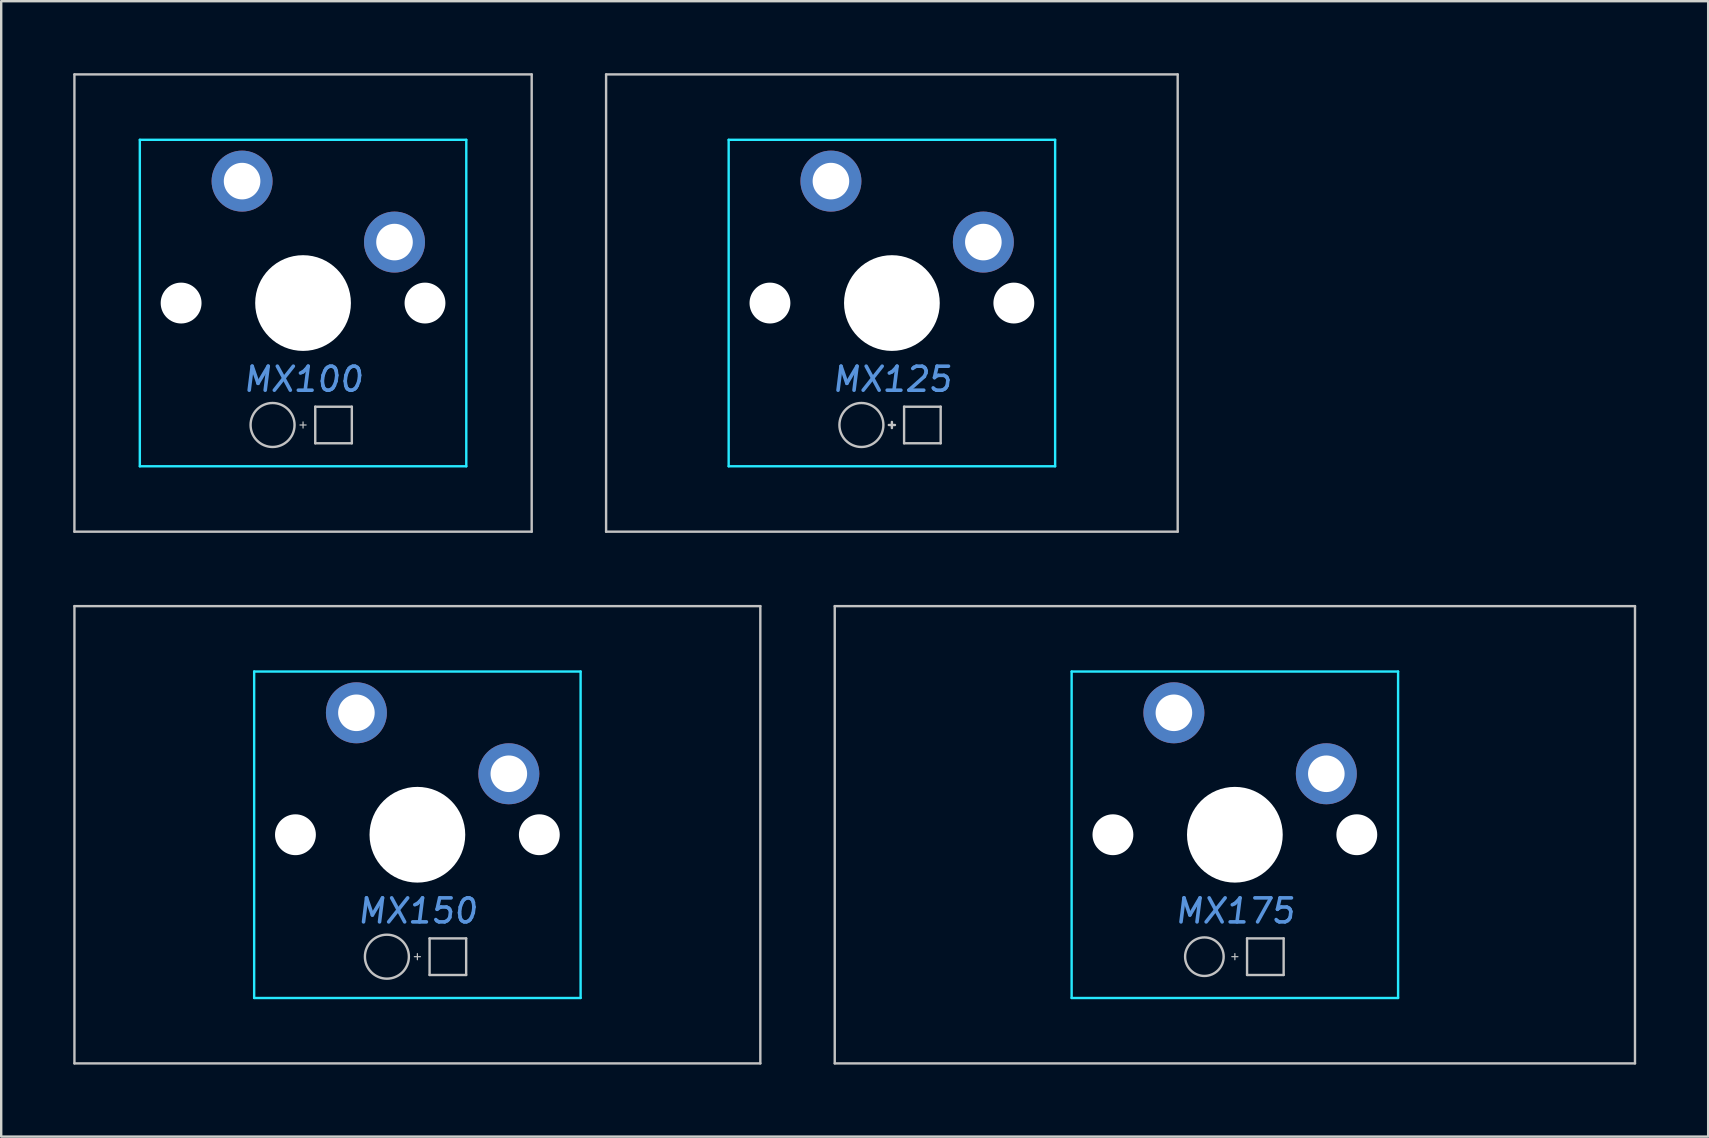
<source format=kicad_pcb>
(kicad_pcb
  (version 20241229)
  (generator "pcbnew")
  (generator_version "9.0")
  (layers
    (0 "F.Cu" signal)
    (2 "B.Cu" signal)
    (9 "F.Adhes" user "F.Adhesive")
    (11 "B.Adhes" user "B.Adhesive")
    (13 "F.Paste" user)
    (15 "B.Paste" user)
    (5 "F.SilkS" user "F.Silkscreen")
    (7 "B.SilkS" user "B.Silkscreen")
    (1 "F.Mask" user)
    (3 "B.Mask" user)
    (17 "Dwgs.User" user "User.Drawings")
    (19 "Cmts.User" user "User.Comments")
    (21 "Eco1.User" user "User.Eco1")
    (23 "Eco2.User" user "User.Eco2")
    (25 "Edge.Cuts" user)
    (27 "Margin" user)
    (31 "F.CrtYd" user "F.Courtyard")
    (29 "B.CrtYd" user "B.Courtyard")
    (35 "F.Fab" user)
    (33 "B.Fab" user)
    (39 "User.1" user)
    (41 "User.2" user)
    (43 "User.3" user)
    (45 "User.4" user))
  (footprint "MX175"
    (layer "F.Cu")
    (at 48.394 31.725)
    (property "Reference" "MX175" (at 0 3.175 0) (layer "Cmts.User") (effects (font (size 1 1) (thickness 0.15) (italic yes))))
    (attr through_hole)
    (fp_circle (center -2.54 -5.08) (end -2.032 -5.08) (stroke (width 0.12) (type solid)) (fill no) (layer "F.Mask"))
    (fp_line (start -16.669 -9.525) (end -16.669 9.525) (stroke (width 0.1) (type solid)) (layer "Dwgs.User"))
    (fp_line (start -16.669 -9.525) (end 16.669 -9.525) (stroke (width 0.1) (type solid)) (layer "Dwgs.User"))
    (fp_line (start -16.669 9.525) (end 16.669 9.525) (stroke (width 0.1) (type solid)) (layer "Dwgs.User"))
    (fp_line (start -0.127 5.08) (end 0.127 5.08) (stroke (width 0.05) (type solid)) (layer "Dwgs.User"))
    (fp_line (start 0 4.953) (end 0 5.207) (stroke (width 0.05) (type solid)) (layer "Dwgs.User"))
    (fp_line (start 0.508 4.318) (end 0.508 5.842) (stroke (width 0.1) (type solid)) (layer "Dwgs.User"))
    (fp_line (start 0.508 4.318) (end 2.032 4.318) (stroke (width 0.1) (type solid)) (layer "Dwgs.User"))
    (fp_line (start 0.508 5.842) (end 2.032 5.842) (stroke (width 0.1) (type solid)) (layer "Dwgs.User"))
    (fp_line (start 2.032 5.842) (end 2.032 4.318) (stroke (width 0.1) (type solid)) (layer "Dwgs.User"))
    (fp_line (start 16.669 -9.525) (end 16.669 9.525) (stroke (width 0.1) (type solid)) (layer "Dwgs.User"))
    (fp_circle (center -1.27 5.08) (end -0.467 5.08) (stroke (width 0.1) (type solid)) (fill no) (layer "Dwgs.User"))
    (fp_line (start -6.8 -6.8) (end 6.8 -6.8) (stroke (width 0.1) (type solid)) (layer "B.CrtYd"))
    (fp_line (start -6.8 6.8) (end -6.8 -6.8) (stroke (width 0.1) (type solid)) (layer "B.CrtYd"))
    (fp_line (start -6.8 6.8) (end 6.8 6.8) (stroke (width 0.1) (type solid)) (layer "B.CrtYd"))
    (fp_line (start 6.8 6.8) (end 6.8 -6.8) (stroke (width 0.1) (type solid)) (layer "B.CrtYd"))
    (pad "" np_thru_hole circle (at -5.08 0) (size 1.702 1.702) (drill 1.702) (layers "*.Cu" "*.Mask"))
    (pad "" connect circle (at -2.54 -5.08) (size 1.524 1.524) (layers "B.Mask"))
    (pad "" np_thru_hole circle (at 0 0) (size 3.988 3.988) (drill 3.988) (layers "*.Cu" "*.Mask"))
    (pad "" connect circle (at 3.81 -2.54) (size 1.524 1.524) (layers "B.Mask"))
    (pad "" np_thru_hole circle (at 5.08 0) (size 1.702 1.702) (drill 1.702) (layers "*.Cu" "*.Mask"))
    (pad "1" thru_hole circle (at -2.54 -5.08) (size 2.54 2.54) (drill 1.524) (layers "*.Cu" "F.Mask"))
    (pad "2" thru_hole circle (at 3.81 -2.54) (size 2.54 2.54) (drill 1.524) (layers "*.Cu" "F.Mask")))
  (footprint "MX150"
    (layer "F.Cu")
    (at 14.338 31.725)
    (property "Reference" "MX150" (at 0 3.175 0) (layer "Cmts.User") (effects (font (size 1 1) (thickness 0.15) (italic yes))))
    (attr through_hole)
    (fp_line (start -14.287 -9.525) (end -14.287 9.525) (stroke (width 0.1) (type solid)) (layer "Dwgs.User"))
    (fp_line (start -14.287 -9.525) (end 14.287 -9.525) (stroke (width 0.1) (type solid)) (layer "Dwgs.User"))
    (fp_line (start -14.287 9.525) (end 14.287 9.525) (stroke (width 0.1) (type solid)) (layer "Dwgs.User"))
    (fp_line (start 0 5.207) (end 0 4.953) (stroke (width 0.05) (type solid)) (layer "Dwgs.User"))
    (fp_line (start 0.127 5.08) (end -0.127 5.08) (stroke (width 0.05) (type solid)) (layer "Dwgs.User"))
    (fp_line (start 0.508 4.318) (end 2.032 4.318) (stroke (width 0.1) (type solid)) (layer "Dwgs.User"))
    (fp_line (start 0.508 5.842) (end 0.508 4.318) (stroke (width 0.1) (type solid)) (layer "Dwgs.User"))
    (fp_line (start 0.508 5.842) (end 2.032 5.842) (stroke (width 0.1) (type solid)) (layer "Dwgs.User"))
    (fp_line (start 2.032 5.842) (end 2.032 4.318) (stroke (width 0.1) (type solid)) (layer "Dwgs.User"))
    (fp_line (start 14.287 -9.525) (end 14.287 9.525) (stroke (width 0.1) (type solid)) (layer "Dwgs.User"))
    (fp_circle (center -1.27 5.08) (end -0.354 5.08) (stroke (width 0.1) (type solid)) (fill no) (layer "Dwgs.User"))
    (fp_line (start -6.8 -6.8) (end 6.8 -6.8) (stroke (width 0.1) (type solid)) (layer "B.CrtYd"))
    (fp_line (start -6.8 6.8) (end -6.8 -6.8) (stroke (width 0.1) (type solid)) (layer "B.CrtYd"))
    (fp_line (start -6.8 6.8) (end 6.8 6.8) (stroke (width 0.1) (type solid)) (layer "B.CrtYd"))
    (fp_line (start 6.8 6.8) (end 6.8 -6.8) (stroke (width 0.1) (type solid)) (layer "B.CrtYd"))
    (pad "" np_thru_hole circle (at -5.08 0) (size 1.702 1.702) (drill 1.702) (layers "*.Cu" "*.Mask"))
    (pad "" connect circle (at -2.54 -5.08) (size 1.524 1.524) (layers "B.Mask"))
    (pad "" np_thru_hole circle (at 0 0) (size 3.988 3.988) (drill 3.988) (layers "*.Cu" "*.Mask"))
    (pad "" connect circle (at 3.81 -2.54) (size 1.524 1.524) (layers "B.Mask"))
    (pad "" np_thru_hole circle (at 5.08 0) (size 1.702 1.702) (drill 1.702) (layers "*.Cu" "*.Mask"))
    (pad "1" thru_hole circle (at -2.54 -5.08) (size 2.54 2.54) (drill 1.524) (layers "*.Cu" "F.Mask"))
    (pad "2" thru_hole circle (at 3.81 -2.54) (size 2.54 2.54) (drill 1.524) (layers "*.Cu" "F.Mask")))
  (footprint "MX100"
    (layer "F.Cu")
    (at 9.575 9.575)
    (property "Reference" "MX100" (at 0 3.175 0) (layer "Cmts.User") (effects (font (size 1 1) (thickness 0.15) (italic yes))))
    (attr through_hole)
    (fp_circle (center 3.81 -2.54) (end 4.318 -2.54) (stroke (width 0.12) (type solid)) (fill no) (layer "F.Mask"))
    (fp_line (start -9.525 -9.525) (end 9.525 -9.525) (stroke (width 0.1) (type solid)) (layer "Dwgs.User"))
    (fp_line (start -9.525 9.525) (end -9.525 -9.525) (stroke (width 0.1) (type solid)) (layer "Dwgs.User"))
    (fp_line (start -0.127 5.08) (end 0.127 5.08) (stroke (width 0.05) (type solid)) (layer "Dwgs.User"))
    (fp_line (start 0 4.953) (end 0 5.207) (stroke (width 0.05) (type solid)) (layer "Dwgs.User"))
    (fp_line (start 0.508 4.318) (end 0.508 5.842) (stroke (width 0.1) (type solid)) (layer "Dwgs.User"))
    (fp_line (start 0.508 4.318) (end 2.032 4.318) (stroke (width 0.1) (type solid)) (layer "Dwgs.User"))
    (fp_line (start 2.032 5.842) (end 0.508 5.842) (stroke (width 0.1) (type solid)) (layer "Dwgs.User"))
    (fp_line (start 2.032 5.842) (end 2.032 4.318) (stroke (width 0.1) (type solid)) (layer "Dwgs.User"))
    (fp_line (start 9.525 -9.525) (end 9.525 9.525) (stroke (width 0.1) (type solid)) (layer "Dwgs.User"))
    (fp_line (start 9.525 9.525) (end -9.525 9.525) (stroke (width 0.1) (type solid)) (layer "Dwgs.User"))
    (fp_circle (center -1.27 5.08) (end -0.354 5.08) (stroke (width 0.1) (type solid)) (fill no) (layer "Dwgs.User"))
    (fp_line (start -6.8 -6.8) (end -6.8 6.8) (stroke (width 0.1) (type solid)) (layer "B.CrtYd"))
    (fp_line (start -6.8 -6.8) (end 6.8 -6.8) (stroke (width 0.1) (type solid)) (layer "B.CrtYd"))
    (fp_line (start -6.8 6.8) (end 6.8 6.8) (stroke (width 0.1) (type solid)) (layer "B.CrtYd"))
    (fp_line (start 6.8 -6.8) (end 6.8 6.8) (stroke (width 0.1) (type solid)) (layer "B.CrtYd"))
    (pad "" np_thru_hole circle (at -5.08 0) (size 1.702 1.702) (drill 1.702) (layers "*.Cu" "*.Mask"))
    (pad "" connect circle (at -2.54 -5.08) (size 1.524 1.524) (layers "B.Mask"))
    (pad "" np_thru_hole circle (at 0 0) (size 3.988 3.988) (drill 3.988) (layers "*.Cu" "*.Mask"))
    (pad "" connect circle (at 3.81 -2.54) (size 1.524 1.524) (layers "B.Mask"))
    (pad "" np_thru_hole circle (at 5.08 0) (size 1.702 1.702) (drill 1.702) (layers "*.Cu" "*.Mask"))
    (pad "1" thru_hole circle (at -2.54 -5.08) (size 2.54 2.54) (drill 1.524) (layers "*.Cu" "F.Mask"))
    (pad "2" thru_hole circle (at 3.81 -2.54 90) (size 2.54 2.54) (drill 1.524) (layers "*.Cu" "F.Mask")))
  (footprint "MX125"
    (layer "F.Cu")
    (at 34.106 9.575)
    (property "Reference" "MX125" (at 0 3.175 0) (layer "Cmts.User") (effects (font (size 1 1) (thickness 0.15) (italic yes))))
    (attr through_hole)
    (fp_line (start -11.906 -9.525) (end -11.906 9.525) (stroke (width 0.1) (type solid)) (layer "Dwgs.User"))
    (fp_line (start -11.906 -9.525) (end 11.906 -9.525) (stroke (width 0.1) (type solid)) (layer "Dwgs.User"))
    (fp_line (start -11.906 9.525) (end 11.906 9.525) (stroke (width 0.1) (type solid)) (layer "Dwgs.User"))
    (fp_line (start -0.127 5.08) (end 0.127 5.08) (stroke (width 0.1) (type solid)) (layer "Dwgs.User"))
    (fp_line (start 0 4.953) (end 0 5.207) (stroke (width 0.1) (type solid)) (layer "Dwgs.User"))
    (fp_line (start 0.508 4.318) (end 2.032 4.318) (stroke (width 0.1) (type solid)) (layer "Dwgs.User"))
    (fp_line (start 0.508 5.842) (end 0.508 4.318) (stroke (width 0.1) (type solid)) (layer "Dwgs.User"))
    (fp_line (start 2.032 4.318) (end 2.032 5.842) (stroke (width 0.1) (type solid)) (layer "Dwgs.User"))
    (fp_line (start 2.032 5.842) (end 0.508 5.842) (stroke (width 0.1) (type solid)) (layer "Dwgs.User"))
    (fp_line (start 11.906 -9.525) (end 11.906 9.525) (stroke (width 0.1) (type solid)) (layer "Dwgs.User"))
    (fp_circle (center -1.27 5.08) (end -0.354 5.08) (stroke (width 0.1) (type solid)) (fill no) (layer "Dwgs.User"))
    (fp_line (start -6.8 -6.8) (end -6.8 6.8) (stroke (width 0.1) (type solid)) (layer "B.CrtYd"))
    (fp_line (start -6.8 -6.8) (end 6.8 -6.8) (stroke (width 0.1) (type solid)) (layer "B.CrtYd"))
    (fp_line (start -6.8 6.8) (end 6.8 6.8) (stroke (width 0.1) (type solid)) (layer "B.CrtYd"))
    (fp_line (start 6.8 6.8) (end 6.8 -6.8) (stroke (width 0.1) (type solid)) (layer "B.CrtYd"))
    (pad "" np_thru_hole circle (at -5.08 0) (size 1.702 1.702) (drill 1.702) (layers "*.Cu" "*.Mask"))
    (pad "" connect circle (at -2.54 -5.08) (size 1.524 1.524) (layers "B.Mask"))
    (pad "" np_thru_hole circle (at 0 0) (size 3.988 3.988) (drill 3.988) (layers "*.Cu" "*.Mask"))
    (pad "" connect circle (at 3.81 -2.54) (size 1.524 1.524) (layers "B.Mask"))
    (pad "" np_thru_hole circle (at 5.08 0) (size 1.702 1.702) (drill 1.702) (layers "*.Cu" "*.Mask"))
    (pad "1" thru_hole circle (at -2.54 -5.08) (size 2.54 2.54) (drill 1.524) (layers "*.Cu" "F.Mask"))
    (pad "2" thru_hole circle (at 3.81 -2.54) (size 2.54 2.54) (drill 1.524) (layers "*.Cu" "F.Mask")))
  (gr_rect
    (start -3 -3)
    (end 68.112 44.3)
    (stroke (width 0.1) (type default))
    (fill no)
    (layer "Edge.Cuts")))
</source>
